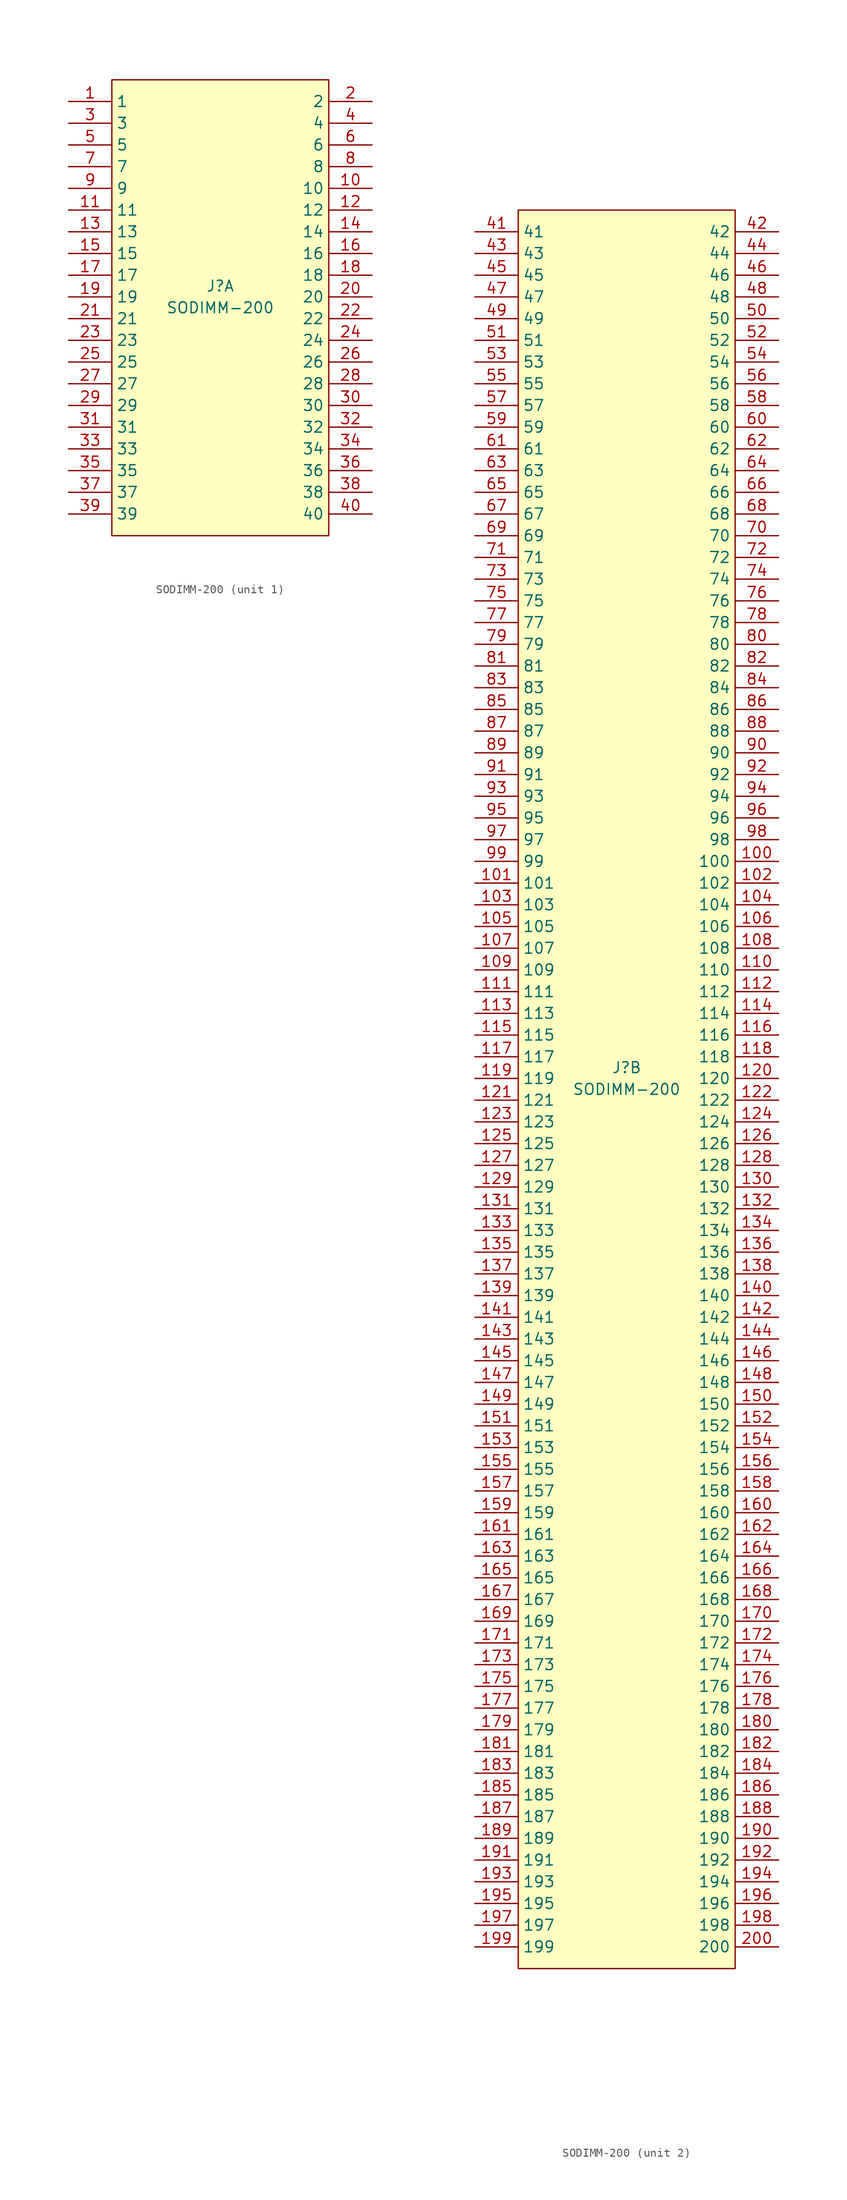
<source format=kicad_sym>
(kicad_symbol_lib
  (version 20201005)
  (generator kicad_symbol_editor)
  (symbol "Connector:SODIMM-200"
    (property "Reference" "J"
      (at 0 1.27 0)
      (effects (font (size 1.27 1.27))))
    (property "Value" "SODIMM-200"
      (at 0 -1.27 0)
      (effects (font (size 1.27 1.27))))
    (property "ki_locked" ""
      (at 0 0 0)
      (effects (font (size 1.27 1.27))))
    (symbol "SODIMM-200_1_1"
      (rectangle (start -12.7 25.4) (end 12.7 -27.94) (stroke (width 0)) (fill (type background)))
      (pin passive line (at -17.78 22.86 0) (length 5.08) (name "1" (effects (font (size 1.27 1.27)))) (number "1" (effects (font (size 1.27 1.27)))))
      (pin passive line (at 17.78 12.7 180) (length 5.08) (name "10" (effects (font (size 1.27 1.27)))) (number "10" (effects (font (size 1.27 1.27)))))
      (pin passive line (at -17.78 10.16 0) (length 5.08) (name "11" (effects (font (size 1.27 1.27)))) (number "11" (effects (font (size 1.27 1.27)))))
      (pin passive line (at 17.78 10.16 180) (length 5.08) (name "12" (effects (font (size 1.27 1.27)))) (number "12" (effects (font (size 1.27 1.27)))))
      (pin passive line (at -17.78 7.62 0) (length 5.08) (name "13" (effects (font (size 1.27 1.27)))) (number "13" (effects (font (size 1.27 1.27)))))
      (pin passive line (at 17.78 7.62 180) (length 5.08) (name "14" (effects (font (size 1.27 1.27)))) (number "14" (effects (font (size 1.27 1.27)))))
      (pin passive line (at -17.78 5.08 0) (length 5.08) (name "15" (effects (font (size 1.27 1.27)))) (number "15" (effects (font (size 1.27 1.27)))))
      (pin passive line (at 17.78 5.08 180) (length 5.08) (name "16" (effects (font (size 1.27 1.27)))) (number "16" (effects (font (size 1.27 1.27)))))
      (pin passive line (at -17.78 2.54 0) (length 5.08) (name "17" (effects (font (size 1.27 1.27)))) (number "17" (effects (font (size 1.27 1.27)))))
      (pin passive line (at 17.78 2.54 180) (length 5.08) (name "18" (effects (font (size 1.27 1.27)))) (number "18" (effects (font (size 1.27 1.27)))))
      (pin passive line (at -17.78 0 0) (length 5.08) (name "19" (effects (font (size 1.27 1.27)))) (number "19" (effects (font (size 1.27 1.27)))))
      (pin passive line (at 17.78 22.86 180) (length 5.08) (name "2" (effects (font (size 1.27 1.27)))) (number "2" (effects (font (size 1.27 1.27)))))
      (pin passive line (at 17.78 0 180) (length 5.08) (name "20" (effects (font (size 1.27 1.27)))) (number "20" (effects (font (size 1.27 1.27)))))
      (pin passive line (at -17.78 -2.54 0) (length 5.08) (name "21" (effects (font (size 1.27 1.27)))) (number "21" (effects (font (size 1.27 1.27)))))
      (pin passive line (at 17.78 -2.54 180) (length 5.08) (name "22" (effects (font (size 1.27 1.27)))) (number "22" (effects (font (size 1.27 1.27)))))
      (pin passive line (at -17.78 -5.08 0) (length 5.08) (name "23" (effects (font (size 1.27 1.27)))) (number "23" (effects (font (size 1.27 1.27)))))
      (pin passive line (at 17.78 -5.08 180) (length 5.08) (name "24" (effects (font (size 1.27 1.27)))) (number "24" (effects (font (size 1.27 1.27)))))
      (pin passive line (at -17.78 -7.62 0) (length 5.08) (name "25" (effects (font (size 1.27 1.27)))) (number "25" (effects (font (size 1.27 1.27)))))
      (pin passive line (at 17.78 -7.62 180) (length 5.08) (name "26" (effects (font (size 1.27 1.27)))) (number "26" (effects (font (size 1.27 1.27)))))
      (pin passive line (at -17.78 -10.16 0) (length 5.08) (name "27" (effects (font (size 1.27 1.27)))) (number "27" (effects (font (size 1.27 1.27)))))
      (pin passive line (at 17.78 -10.16 180) (length 5.08) (name "28" (effects (font (size 1.27 1.27)))) (number "28" (effects (font (size 1.27 1.27)))))
      (pin passive line (at -17.78 -12.7 0) (length 5.08) (name "29" (effects (font (size 1.27 1.27)))) (number "29" (effects (font (size 1.27 1.27)))))
      (pin passive line (at -17.78 20.32 0) (length 5.08) (name "3" (effects (font (size 1.27 1.27)))) (number "3" (effects (font (size 1.27 1.27)))))
      (pin passive line (at 17.78 -12.7 180) (length 5.08) (name "30" (effects (font (size 1.27 1.27)))) (number "30" (effects (font (size 1.27 1.27)))))
      (pin passive line (at -17.78 -15.24 0) (length 5.08) (name "31" (effects (font (size 1.27 1.27)))) (number "31" (effects (font (size 1.27 1.27)))))
      (pin passive line (at 17.78 -15.24 180) (length 5.08) (name "32" (effects (font (size 1.27 1.27)))) (number "32" (effects (font (size 1.27 1.27)))))
      (pin passive line (at -17.78 -17.78 0) (length 5.08) (name "33" (effects (font (size 1.27 1.27)))) (number "33" (effects (font (size 1.27 1.27)))))
      (pin passive line (at 17.78 -17.78 180) (length 5.08) (name "34" (effects (font (size 1.27 1.27)))) (number "34" (effects (font (size 1.27 1.27)))))
      (pin passive line (at -17.78 -20.32 0) (length 5.08) (name "35" (effects (font (size 1.27 1.27)))) (number "35" (effects (font (size 1.27 1.27)))))
      (pin passive line (at 17.78 -20.32 180) (length 5.08) (name "36" (effects (font (size 1.27 1.27)))) (number "36" (effects (font (size 1.27 1.27)))))
      (pin passive line (at -17.78 -22.86 0) (length 5.08) (name "37" (effects (font (size 1.27 1.27)))) (number "37" (effects (font (size 1.27 1.27)))))
      (pin passive line (at 17.78 -22.86 180) (length 5.08) (name "38" (effects (font (size 1.27 1.27)))) (number "38" (effects (font (size 1.27 1.27)))))
      (pin passive line (at -17.78 -25.4 0) (length 5.08) (name "39" (effects (font (size 1.27 1.27)))) (number "39" (effects (font (size 1.27 1.27)))))
      (pin passive line (at 17.78 20.32 180) (length 5.08) (name "4" (effects (font (size 1.27 1.27)))) (number "4" (effects (font (size 1.27 1.27)))))
      (pin passive line (at 17.78 -25.4 180) (length 5.08) (name "40" (effects (font (size 1.27 1.27)))) (number "40" (effects (font (size 1.27 1.27)))))
      (pin passive line (at -17.78 17.78 0) (length 5.08) (name "5" (effects (font (size 1.27 1.27)))) (number "5" (effects (font (size 1.27 1.27)))))
      (pin passive line (at 17.78 17.78 180) (length 5.08) (name "6" (effects (font (size 1.27 1.27)))) (number "6" (effects (font (size 1.27 1.27)))))
      (pin passive line (at -17.78 15.24 0) (length 5.08) (name "7" (effects (font (size 1.27 1.27)))) (number "7" (effects (font (size 1.27 1.27)))))
      (pin passive line (at 17.78 15.24 180) (length 5.08) (name "8" (effects (font (size 1.27 1.27)))) (number "8" (effects (font (size 1.27 1.27)))))
      (pin passive line (at -17.78 12.7 0) (length 5.08) (name "9" (effects (font (size 1.27 1.27)))) (number "9" (effects (font (size 1.27 1.27))))))
    (symbol "SODIMM-200_2_1"
      (rectangle (start -12.7 -104.14) (end 12.7 101.6) (stroke (width 0)) (fill (type background)))
      (pin passive line (at 17.78 25.4 180) (length 5.08) (name "100" (effects (font (size 1.27 1.27)))) (number "100" (effects (font (size 1.27 1.27)))))
      (pin passive line (at -17.78 22.86 0) (length 5.08) (name "101" (effects (font (size 1.27 1.27)))) (number "101" (effects (font (size 1.27 1.27)))))
      (pin passive line (at 17.78 22.86 180) (length 5.08) (name "102" (effects (font (size 1.27 1.27)))) (number "102" (effects (font (size 1.27 1.27)))))
      (pin passive line (at -17.78 20.32 0) (length 5.08) (name "103" (effects (font (size 1.27 1.27)))) (number "103" (effects (font (size 1.27 1.27)))))
      (pin passive line (at 17.78 20.32 180) (length 5.08) (name "104" (effects (font (size 1.27 1.27)))) (number "104" (effects (font (size 1.27 1.27)))))
      (pin passive line (at -17.78 17.78 0) (length 5.08) (name "105" (effects (font (size 1.27 1.27)))) (number "105" (effects (font (size 1.27 1.27)))))
      (pin passive line (at 17.78 17.78 180) (length 5.08) (name "106" (effects (font (size 1.27 1.27)))) (number "106" (effects (font (size 1.27 1.27)))))
      (pin passive line (at -17.78 15.24 0) (length 5.08) (name "107" (effects (font (size 1.27 1.27)))) (number "107" (effects (font (size 1.27 1.27)))))
      (pin passive line (at 17.78 15.24 180) (length 5.08) (name "108" (effects (font (size 1.27 1.27)))) (number "108" (effects (font (size 1.27 1.27)))))
      (pin passive line (at -17.78 12.7 0) (length 5.08) (name "109" (effects (font (size 1.27 1.27)))) (number "109" (effects (font (size 1.27 1.27)))))
      (pin passive line (at 17.78 12.7 180) (length 5.08) (name "110" (effects (font (size 1.27 1.27)))) (number "110" (effects (font (size 1.27 1.27)))))
      (pin passive line (at -17.78 10.16 0) (length 5.08) (name "111" (effects (font (size 1.27 1.27)))) (number "111" (effects (font (size 1.27 1.27)))))
      (pin passive line (at 17.78 10.16 180) (length 5.08) (name "112" (effects (font (size 1.27 1.27)))) (number "112" (effects (font (size 1.27 1.27)))))
      (pin passive line (at -17.78 7.62 0) (length 5.08) (name "113" (effects (font (size 1.27 1.27)))) (number "113" (effects (font (size 1.27 1.27)))))
      (pin passive line (at 17.78 7.62 180) (length 5.08) (name "114" (effects (font (size 1.27 1.27)))) (number "114" (effects (font (size 1.27 1.27)))))
      (pin passive line (at -17.78 5.08 0) (length 5.08) (name "115" (effects (font (size 1.27 1.27)))) (number "115" (effects (font (size 1.27 1.27)))))
      (pin passive line (at 17.78 5.08 180) (length 5.08) (name "116" (effects (font (size 1.27 1.27)))) (number "116" (effects (font (size 1.27 1.27)))))
      (pin passive line (at -17.78 2.54 0) (length 5.08) (name "117" (effects (font (size 1.27 1.27)))) (number "117" (effects (font (size 1.27 1.27)))))
      (pin passive line (at 17.78 2.54 180) (length 5.08) (name "118" (effects (font (size 1.27 1.27)))) (number "118" (effects (font (size 1.27 1.27)))))
      (pin passive line (at -17.78 0 0) (length 5.08) (name "119" (effects (font (size 1.27 1.27)))) (number "119" (effects (font (size 1.27 1.27)))))
      (pin passive line (at 17.78 0 180) (length 5.08) (name "120" (effects (font (size 1.27 1.27)))) (number "120" (effects (font (size 1.27 1.27)))))
      (pin passive line (at -17.78 -2.54 0) (length 5.08) (name "121" (effects (font (size 1.27 1.27)))) (number "121" (effects (font (size 1.27 1.27)))))
      (pin passive line (at 17.78 -2.54 180) (length 5.08) (name "122" (effects (font (size 1.27 1.27)))) (number "122" (effects (font (size 1.27 1.27)))))
      (pin passive line (at -17.78 -5.08 0) (length 5.08) (name "123" (effects (font (size 1.27 1.27)))) (number "123" (effects (font (size 1.27 1.27)))))
      (pin passive line (at 17.78 -5.08 180) (length 5.08) (name "124" (effects (font (size 1.27 1.27)))) (number "124" (effects (font (size 1.27 1.27)))))
      (pin passive line (at -17.78 -7.62 0) (length 5.08) (name "125" (effects (font (size 1.27 1.27)))) (number "125" (effects (font (size 1.27 1.27)))))
      (pin passive line (at 17.78 -7.62 180) (length 5.08) (name "126" (effects (font (size 1.27 1.27)))) (number "126" (effects (font (size 1.27 1.27)))))
      (pin passive line (at -17.78 -10.16 0) (length 5.08) (name "127" (effects (font (size 1.27 1.27)))) (number "127" (effects (font (size 1.27 1.27)))))
      (pin passive line (at 17.78 -10.16 180) (length 5.08) (name "128" (effects (font (size 1.27 1.27)))) (number "128" (effects (font (size 1.27 1.27)))))
      (pin passive line (at -17.78 -12.7 0) (length 5.08) (name "129" (effects (font (size 1.27 1.27)))) (number "129" (effects (font (size 1.27 1.27)))))
      (pin passive line (at 17.78 -12.7 180) (length 5.08) (name "130" (effects (font (size 1.27 1.27)))) (number "130" (effects (font (size 1.27 1.27)))))
      (pin passive line (at -17.78 -15.24 0) (length 5.08) (name "131" (effects (font (size 1.27 1.27)))) (number "131" (effects (font (size 1.27 1.27)))))
      (pin passive line (at 17.78 -15.24 180) (length 5.08) (name "132" (effects (font (size 1.27 1.27)))) (number "132" (effects (font (size 1.27 1.27)))))
      (pin passive line (at -17.78 -17.78 0) (length 5.08) (name "133" (effects (font (size 1.27 1.27)))) (number "133" (effects (font (size 1.27 1.27)))))
      (pin passive line (at 17.78 -17.78 180) (length 5.08) (name "134" (effects (font (size 1.27 1.27)))) (number "134" (effects (font (size 1.27 1.27)))))
      (pin passive line (at -17.78 -20.32 0) (length 5.08) (name "135" (effects (font (size 1.27 1.27)))) (number "135" (effects (font (size 1.27 1.27)))))
      (pin passive line (at 17.78 -20.32 180) (length 5.08) (name "136" (effects (font (size 1.27 1.27)))) (number "136" (effects (font (size 1.27 1.27)))))
      (pin passive line (at -17.78 -22.86 0) (length 5.08) (name "137" (effects (font (size 1.27 1.27)))) (number "137" (effects (font (size 1.27 1.27)))))
      (pin passive line (at 17.78 -22.86 180) (length 5.08) (name "138" (effects (font (size 1.27 1.27)))) (number "138" (effects (font (size 1.27 1.27)))))
      (pin passive line (at -17.78 -25.4 0) (length 5.08) (name "139" (effects (font (size 1.27 1.27)))) (number "139" (effects (font (size 1.27 1.27)))))
      (pin passive line (at 17.78 -25.4 180) (length 5.08) (name "140" (effects (font (size 1.27 1.27)))) (number "140" (effects (font (size 1.27 1.27)))))
      (pin passive line (at -17.78 -27.94 0) (length 5.08) (name "141" (effects (font (size 1.27 1.27)))) (number "141" (effects (font (size 1.27 1.27)))))
      (pin passive line (at 17.78 -27.94 180) (length 5.08) (name "142" (effects (font (size 1.27 1.27)))) (number "142" (effects (font (size 1.27 1.27)))))
      (pin passive line (at -17.78 -30.48 0) (length 5.08) (name "143" (effects (font (size 1.27 1.27)))) (number "143" (effects (font (size 1.27 1.27)))))
      (pin passive line (at 17.78 -30.48 180) (length 5.08) (name "144" (effects (font (size 1.27 1.27)))) (number "144" (effects (font (size 1.27 1.27)))))
      (pin passive line (at -17.78 -33.02 0) (length 5.08) (name "145" (effects (font (size 1.27 1.27)))) (number "145" (effects (font (size 1.27 1.27)))))
      (pin passive line (at 17.78 -33.02 180) (length 5.08) (name "146" (effects (font (size 1.27 1.27)))) (number "146" (effects (font (size 1.27 1.27)))))
      (pin passive line (at -17.78 -35.56 0) (length 5.08) (name "147" (effects (font (size 1.27 1.27)))) (number "147" (effects (font (size 1.27 1.27)))))
      (pin passive line (at 17.78 -35.56 180) (length 5.08) (name "148" (effects (font (size 1.27 1.27)))) (number "148" (effects (font (size 1.27 1.27)))))
      (pin passive line (at -17.78 -38.1 0) (length 5.08) (name "149" (effects (font (size 1.27 1.27)))) (number "149" (effects (font (size 1.27 1.27)))))
      (pin passive line (at 17.78 -38.1 180) (length 5.08) (name "150" (effects (font (size 1.27 1.27)))) (number "150" (effects (font (size 1.27 1.27)))))
      (pin passive line (at -17.78 -40.64 0) (length 5.08) (name "151" (effects (font (size 1.27 1.27)))) (number "151" (effects (font (size 1.27 1.27)))))
      (pin passive line (at 17.78 -40.64 180) (length 5.08) (name "152" (effects (font (size 1.27 1.27)))) (number "152" (effects (font (size 1.27 1.27)))))
      (pin passive line (at -17.78 -43.18 0) (length 5.08) (name "153" (effects (font (size 1.27 1.27)))) (number "153" (effects (font (size 1.27 1.27)))))
      (pin passive line (at 17.78 -43.18 180) (length 5.08) (name "154" (effects (font (size 1.27 1.27)))) (number "154" (effects (font (size 1.27 1.27)))))
      (pin passive line (at -17.78 -45.72 0) (length 5.08) (name "155" (effects (font (size 1.27 1.27)))) (number "155" (effects (font (size 1.27 1.27)))))
      (pin passive line (at 17.78 -45.72 180) (length 5.08) (name "156" (effects (font (size 1.27 1.27)))) (number "156" (effects (font (size 1.27 1.27)))))
      (pin passive line (at -17.78 -48.26 0) (length 5.08) (name "157" (effects (font (size 1.27 1.27)))) (number "157" (effects (font (size 1.27 1.27)))))
      (pin passive line (at 17.78 -48.26 180) (length 5.08) (name "158" (effects (font (size 1.27 1.27)))) (number "158" (effects (font (size 1.27 1.27)))))
      (pin passive line (at -17.78 -50.8 0) (length 5.08) (name "159" (effects (font (size 1.27 1.27)))) (number "159" (effects (font (size 1.27 1.27)))))
      (pin passive line (at 17.78 -50.8 180) (length 5.08) (name "160" (effects (font (size 1.27 1.27)))) (number "160" (effects (font (size 1.27 1.27)))))
      (pin passive line (at -17.78 -53.34 0) (length 5.08) (name "161" (effects (font (size 1.27 1.27)))) (number "161" (effects (font (size 1.27 1.27)))))
      (pin passive line (at 17.78 -53.34 180) (length 5.08) (name "162" (effects (font (size 1.27 1.27)))) (number "162" (effects (font (size 1.27 1.27)))))
      (pin passive line (at -17.78 -55.88 0) (length 5.08) (name "163" (effects (font (size 1.27 1.27)))) (number "163" (effects (font (size 1.27 1.27)))))
      (pin passive line (at 17.78 -55.88 180) (length 5.08) (name "164" (effects (font (size 1.27 1.27)))) (number "164" (effects (font (size 1.27 1.27)))))
      (pin passive line (at -17.78 -58.42 0) (length 5.08) (name "165" (effects (font (size 1.27 1.27)))) (number "165" (effects (font (size 1.27 1.27)))))
      (pin passive line (at 17.78 -58.42 180) (length 5.08) (name "166" (effects (font (size 1.27 1.27)))) (number "166" (effects (font (size 1.27 1.27)))))
      (pin passive line (at -17.78 -60.96 0) (length 5.08) (name "167" (effects (font (size 1.27 1.27)))) (number "167" (effects (font (size 1.27 1.27)))))
      (pin passive line (at 17.78 -60.96 180) (length 5.08) (name "168" (effects (font (size 1.27 1.27)))) (number "168" (effects (font (size 1.27 1.27)))))
      (pin passive line (at -17.78 -63.5 0) (length 5.08) (name "169" (effects (font (size 1.27 1.27)))) (number "169" (effects (font (size 1.27 1.27)))))
      (pin passive line (at 17.78 -63.5 180) (length 5.08) (name "170" (effects (font (size 1.27 1.27)))) (number "170" (effects (font (size 1.27 1.27)))))
      (pin passive line (at -17.78 -66.04 0) (length 5.08) (name "171" (effects (font (size 1.27 1.27)))) (number "171" (effects (font (size 1.27 1.27)))))
      (pin passive line (at 17.78 -66.04 180) (length 5.08) (name "172" (effects (font (size 1.27 1.27)))) (number "172" (effects (font (size 1.27 1.27)))))
      (pin passive line (at -17.78 -68.58 0) (length 5.08) (name "173" (effects (font (size 1.27 1.27)))) (number "173" (effects (font (size 1.27 1.27)))))
      (pin passive line (at 17.78 -68.58 180) (length 5.08) (name "174" (effects (font (size 1.27 1.27)))) (number "174" (effects (font (size 1.27 1.27)))))
      (pin passive line (at -17.78 -71.12 0) (length 5.08) (name "175" (effects (font (size 1.27 1.27)))) (number "175" (effects (font (size 1.27 1.27)))))
      (pin passive line (at 17.78 -71.12 180) (length 5.08) (name "176" (effects (font (size 1.27 1.27)))) (number "176" (effects (font (size 1.27 1.27)))))
      (pin passive line (at -17.78 -73.66 0) (length 5.08) (name "177" (effects (font (size 1.27 1.27)))) (number "177" (effects (font (size 1.27 1.27)))))
      (pin passive line (at 17.78 -73.66 180) (length 5.08) (name "178" (effects (font (size 1.27 1.27)))) (number "178" (effects (font (size 1.27 1.27)))))
      (pin passive line (at -17.78 -76.2 0) (length 5.08) (name "179" (effects (font (size 1.27 1.27)))) (number "179" (effects (font (size 1.27 1.27)))))
      (pin passive line (at 17.78 -76.2 180) (length 5.08) (name "180" (effects (font (size 1.27 1.27)))) (number "180" (effects (font (size 1.27 1.27)))))
      (pin passive line (at -17.78 -78.74 0) (length 5.08) (name "181" (effects (font (size 1.27 1.27)))) (number "181" (effects (font (size 1.27 1.27)))))
      (pin passive line (at 17.78 -78.74 180) (length 5.08) (name "182" (effects (font (size 1.27 1.27)))) (number "182" (effects (font (size 1.27 1.27)))))
      (pin passive line (at -17.78 -81.28 0) (length 5.08) (name "183" (effects (font (size 1.27 1.27)))) (number "183" (effects (font (size 1.27 1.27)))))
      (pin passive line (at 17.78 -81.28 180) (length 5.08) (name "184" (effects (font (size 1.27 1.27)))) (number "184" (effects (font (size 1.27 1.27)))))
      (pin passive line (at -17.78 -83.82 0) (length 5.08) (name "185" (effects (font (size 1.27 1.27)))) (number "185" (effects (font (size 1.27 1.27)))))
      (pin passive line (at 17.78 -83.82 180) (length 5.08) (name "186" (effects (font (size 1.27 1.27)))) (number "186" (effects (font (size 1.27 1.27)))))
      (pin passive line (at -17.78 -86.36 0) (length 5.08) (name "187" (effects (font (size 1.27 1.27)))) (number "187" (effects (font (size 1.27 1.27)))))
      (pin passive line (at 17.78 -86.36 180) (length 5.08) (name "188" (effects (font (size 1.27 1.27)))) (number "188" (effects (font (size 1.27 1.27)))))
      (pin passive line (at -17.78 -88.9 0) (length 5.08) (name "189" (effects (font (size 1.27 1.27)))) (number "189" (effects (font (size 1.27 1.27)))))
      (pin passive line (at 17.78 -88.9 180) (length 5.08) (name "190" (effects (font (size 1.27 1.27)))) (number "190" (effects (font (size 1.27 1.27)))))
      (pin passive line (at -17.78 -91.44 0) (length 5.08) (name "191" (effects (font (size 1.27 1.27)))) (number "191" (effects (font (size 1.27 1.27)))))
      (pin passive line (at 17.78 -91.44 180) (length 5.08) (name "192" (effects (font (size 1.27 1.27)))) (number "192" (effects (font (size 1.27 1.27)))))
      (pin passive line (at -17.78 -93.98 0) (length 5.08) (name "193" (effects (font (size 1.27 1.27)))) (number "193" (effects (font (size 1.27 1.27)))))
      (pin passive line (at 17.78 -93.98 180) (length 5.08) (name "194" (effects (font (size 1.27 1.27)))) (number "194" (effects (font (size 1.27 1.27)))))
      (pin passive line (at -17.78 -96.52 0) (length 5.08) (name "195" (effects (font (size 1.27 1.27)))) (number "195" (effects (font (size 1.27 1.27)))))
      (pin passive line (at 17.78 -96.52 180) (length 5.08) (name "196" (effects (font (size 1.27 1.27)))) (number "196" (effects (font (size 1.27 1.27)))))
      (pin passive line (at -17.78 -99.06 0) (length 5.08) (name "197" (effects (font (size 1.27 1.27)))) (number "197" (effects (font (size 1.27 1.27)))))
      (pin passive line (at 17.78 -99.06 180) (length 5.08) (name "198" (effects (font (size 1.27 1.27)))) (number "198" (effects (font (size 1.27 1.27)))))
      (pin passive line (at -17.78 -101.6 0) (length 5.08) (name "199" (effects (font (size 1.27 1.27)))) (number "199" (effects (font (size 1.27 1.27)))))
      (pin passive line (at 17.78 -101.6 180) (length 5.08) (name "200" (effects (font (size 1.27 1.27)))) (number "200" (effects (font (size 1.27 1.27)))))
      (pin passive line (at -17.78 99.06 0) (length 5.08) (name "41" (effects (font (size 1.27 1.27)))) (number "41" (effects (font (size 1.27 1.27)))))
      (pin passive line (at 17.78 99.06 180) (length 5.08) (name "42" (effects (font (size 1.27 1.27)))) (number "42" (effects (font (size 1.27 1.27)))))
      (pin passive line (at -17.78 96.52 0) (length 5.08) (name "43" (effects (font (size 1.27 1.27)))) (number "43" (effects (font (size 1.27 1.27)))))
      (pin passive line (at 17.78 96.52 180) (length 5.08) (name "44" (effects (font (size 1.27 1.27)))) (number "44" (effects (font (size 1.27 1.27)))))
      (pin passive line (at -17.78 93.98 0) (length 5.08) (name "45" (effects (font (size 1.27 1.27)))) (number "45" (effects (font (size 1.27 1.27)))))
      (pin passive line (at 17.78 93.98 180) (length 5.08) (name "46" (effects (font (size 1.27 1.27)))) (number "46" (effects (font (size 1.27 1.27)))))
      (pin passive line (at -17.78 91.44 0) (length 5.08) (name "47" (effects (font (size 1.27 1.27)))) (number "47" (effects (font (size 1.27 1.27)))))
      (pin passive line (at 17.78 91.44 180) (length 5.08) (name "48" (effects (font (size 1.27 1.27)))) (number "48" (effects (font (size 1.27 1.27)))))
      (pin passive line (at -17.78 88.9 0) (length 5.08) (name "49" (effects (font (size 1.27 1.27)))) (number "49" (effects (font (size 1.27 1.27)))))
      (pin passive line (at 17.78 88.9 180) (length 5.08) (name "50" (effects (font (size 1.27 1.27)))) (number "50" (effects (font (size 1.27 1.27)))))
      (pin passive line (at -17.78 86.36 0) (length 5.08) (name "51" (effects (font (size 1.27 1.27)))) (number "51" (effects (font (size 1.27 1.27)))))
      (pin passive line (at 17.78 86.36 180) (length 5.08) (name "52" (effects (font (size 1.27 1.27)))) (number "52" (effects (font (size 1.27 1.27)))))
      (pin passive line (at -17.78 83.82 0) (length 5.08) (name "53" (effects (font (size 1.27 1.27)))) (number "53" (effects (font (size 1.27 1.27)))))
      (pin passive line (at 17.78 83.82 180) (length 5.08) (name "54" (effects (font (size 1.27 1.27)))) (number "54" (effects (font (size 1.27 1.27)))))
      (pin passive line (at -17.78 81.28 0) (length 5.08) (name "55" (effects (font (size 1.27 1.27)))) (number "55" (effects (font (size 1.27 1.27)))))
      (pin passive line (at 17.78 81.28 180) (length 5.08) (name "56" (effects (font (size 1.27 1.27)))) (number "56" (effects (font (size 1.27 1.27)))))
      (pin passive line (at -17.78 78.74 0) (length 5.08) (name "57" (effects (font (size 1.27 1.27)))) (number "57" (effects (font (size 1.27 1.27)))))
      (pin passive line (at 17.78 78.74 180) (length 5.08) (name "58" (effects (font (size 1.27 1.27)))) (number "58" (effects (font (size 1.27 1.27)))))
      (pin passive line (at -17.78 76.2 0) (length 5.08) (name "59" (effects (font (size 1.27 1.27)))) (number "59" (effects (font (size 1.27 1.27)))))
      (pin passive line (at 17.78 76.2 180) (length 5.08) (name "60" (effects (font (size 1.27 1.27)))) (number "60" (effects (font (size 1.27 1.27)))))
      (pin passive line (at -17.78 73.66 0) (length 5.08) (name "61" (effects (font (size 1.27 1.27)))) (number "61" (effects (font (size 1.27 1.27)))))
      (pin passive line (at 17.78 73.66 180) (length 5.08) (name "62" (effects (font (size 1.27 1.27)))) (number "62" (effects (font (size 1.27 1.27)))))
      (pin passive line (at -17.78 71.12 0) (length 5.08) (name "63" (effects (font (size 1.27 1.27)))) (number "63" (effects (font (size 1.27 1.27)))))
      (pin passive line (at 17.78 71.12 180) (length 5.08) (name "64" (effects (font (size 1.27 1.27)))) (number "64" (effects (font (size 1.27 1.27)))))
      (pin passive line (at -17.78 68.58 0) (length 5.08) (name "65" (effects (font (size 1.27 1.27)))) (number "65" (effects (font (size 1.27 1.27)))))
      (pin passive line (at 17.78 68.58 180) (length 5.08) (name "66" (effects (font (size 1.27 1.27)))) (number "66" (effects (font (size 1.27 1.27)))))
      (pin passive line (at -17.78 66.04 0) (length 5.08) (name "67" (effects (font (size 1.27 1.27)))) (number "67" (effects (font (size 1.27 1.27)))))
      (pin passive line (at 17.78 66.04 180) (length 5.08) (name "68" (effects (font (size 1.27 1.27)))) (number "68" (effects (font (size 1.27 1.27)))))
      (pin passive line (at -17.78 63.5 0) (length 5.08) (name "69" (effects (font (size 1.27 1.27)))) (number "69" (effects (font (size 1.27 1.27)))))
      (pin passive line (at 17.78 63.5 180) (length 5.08) (name "70" (effects (font (size 1.27 1.27)))) (number "70" (effects (font (size 1.27 1.27)))))
      (pin passive line (at -17.78 60.96 0) (length 5.08) (name "71" (effects (font (size 1.27 1.27)))) (number "71" (effects (font (size 1.27 1.27)))))
      (pin passive line (at 17.78 60.96 180) (length 5.08) (name "72" (effects (font (size 1.27 1.27)))) (number "72" (effects (font (size 1.27 1.27)))))
      (pin passive line (at -17.78 58.42 0) (length 5.08) (name "73" (effects (font (size 1.27 1.27)))) (number "73" (effects (font (size 1.27 1.27)))))
      (pin passive line (at 17.78 58.42 180) (length 5.08) (name "74" (effects (font (size 1.27 1.27)))) (number "74" (effects (font (size 1.27 1.27)))))
      (pin passive line (at -17.78 55.88 0) (length 5.08) (name "75" (effects (font (size 1.27 1.27)))) (number "75" (effects (font (size 1.27 1.27)))))
      (pin passive line (at 17.78 55.88 180) (length 5.08) (name "76" (effects (font (size 1.27 1.27)))) (number "76" (effects (font (size 1.27 1.27)))))
      (pin passive line (at -17.78 53.34 0) (length 5.08) (name "77" (effects (font (size 1.27 1.27)))) (number "77" (effects (font (size 1.27 1.27)))))
      (pin passive line (at 17.78 53.34 180) (length 5.08) (name "78" (effects (font (size 1.27 1.27)))) (number "78" (effects (font (size 1.27 1.27)))))
      (pin passive line (at -17.78 50.8 0) (length 5.08) (name "79" (effects (font (size 1.27 1.27)))) (number "79" (effects (font (size 1.27 1.27)))))
      (pin passive line (at 17.78 50.8 180) (length 5.08) (name "80" (effects (font (size 1.27 1.27)))) (number "80" (effects (font (size 1.27 1.27)))))
      (pin passive line (at -17.78 48.26 0) (length 5.08) (name "81" (effects (font (size 1.27 1.27)))) (number "81" (effects (font (size 1.27 1.27)))))
      (pin passive line (at 17.78 48.26 180) (length 5.08) (name "82" (effects (font (size 1.27 1.27)))) (number "82" (effects (font (size 1.27 1.27)))))
      (pin passive line (at -17.78 45.72 0) (length 5.08) (name "83" (effects (font (size 1.27 1.27)))) (number "83" (effects (font (size 1.27 1.27)))))
      (pin passive line (at 17.78 45.72 180) (length 5.08) (name "84" (effects (font (size 1.27 1.27)))) (number "84" (effects (font (size 1.27 1.27)))))
      (pin passive line (at -17.78 43.18 0) (length 5.08) (name "85" (effects (font (size 1.27 1.27)))) (number "85" (effects (font (size 1.27 1.27)))))
      (pin passive line (at 17.78 43.18 180) (length 5.08) (name "86" (effects (font (size 1.27 1.27)))) (number "86" (effects (font (size 1.27 1.27)))))
      (pin passive line (at -17.78 40.64 0) (length 5.08) (name "87" (effects (font (size 1.27 1.27)))) (number "87" (effects (font (size 1.27 1.27)))))
      (pin passive line (at 17.78 40.64 180) (length 5.08) (name "88" (effects (font (size 1.27 1.27)))) (number "88" (effects (font (size 1.27 1.27)))))
      (pin passive line (at -17.78 38.1 0) (length 5.08) (name "89" (effects (font (size 1.27 1.27)))) (number "89" (effects (font (size 1.27 1.27)))))
      (pin passive line (at 17.78 38.1 180) (length 5.08) (name "90" (effects (font (size 1.27 1.27)))) (number "90" (effects (font (size 1.27 1.27)))))
      (pin passive line (at -17.78 35.56 0) (length 5.08) (name "91" (effects (font (size 1.27 1.27)))) (number "91" (effects (font (size 1.27 1.27)))))
      (pin passive line (at 17.78 35.56 180) (length 5.08) (name "92" (effects (font (size 1.27 1.27)))) (number "92" (effects (font (size 1.27 1.27)))))
      (pin passive line (at -17.78 33.02 0) (length 5.08) (name "93" (effects (font (size 1.27 1.27)))) (number "93" (effects (font (size 1.27 1.27)))))
      (pin passive line (at 17.78 33.02 180) (length 5.08) (name "94" (effects (font (size 1.27 1.27)))) (number "94" (effects (font (size 1.27 1.27)))))
      (pin passive line (at -17.78 30.48 0) (length 5.08) (name "95" (effects (font (size 1.27 1.27)))) (number "95" (effects (font (size 1.27 1.27)))))
      (pin passive line (at 17.78 30.48 180) (length 5.08) (name "96" (effects (font (size 1.27 1.27)))) (number "96" (effects (font (size 1.27 1.27)))))
      (pin passive line (at -17.78 27.94 0) (length 5.08) (name "97" (effects (font (size 1.27 1.27)))) (number "97" (effects (font (size 1.27 1.27)))))
      (pin passive line (at 17.78 27.94 180) (length 5.08) (name "98" (effects (font (size 1.27 1.27)))) (number "98" (effects (font (size 1.27 1.27)))))
      (pin passive line (at -17.78 25.4 0) (length 5.08) (name "99" (effects (font (size 1.27 1.27)))) (number "99" (effects (font (size 1.27 1.27))))))))
</source>
